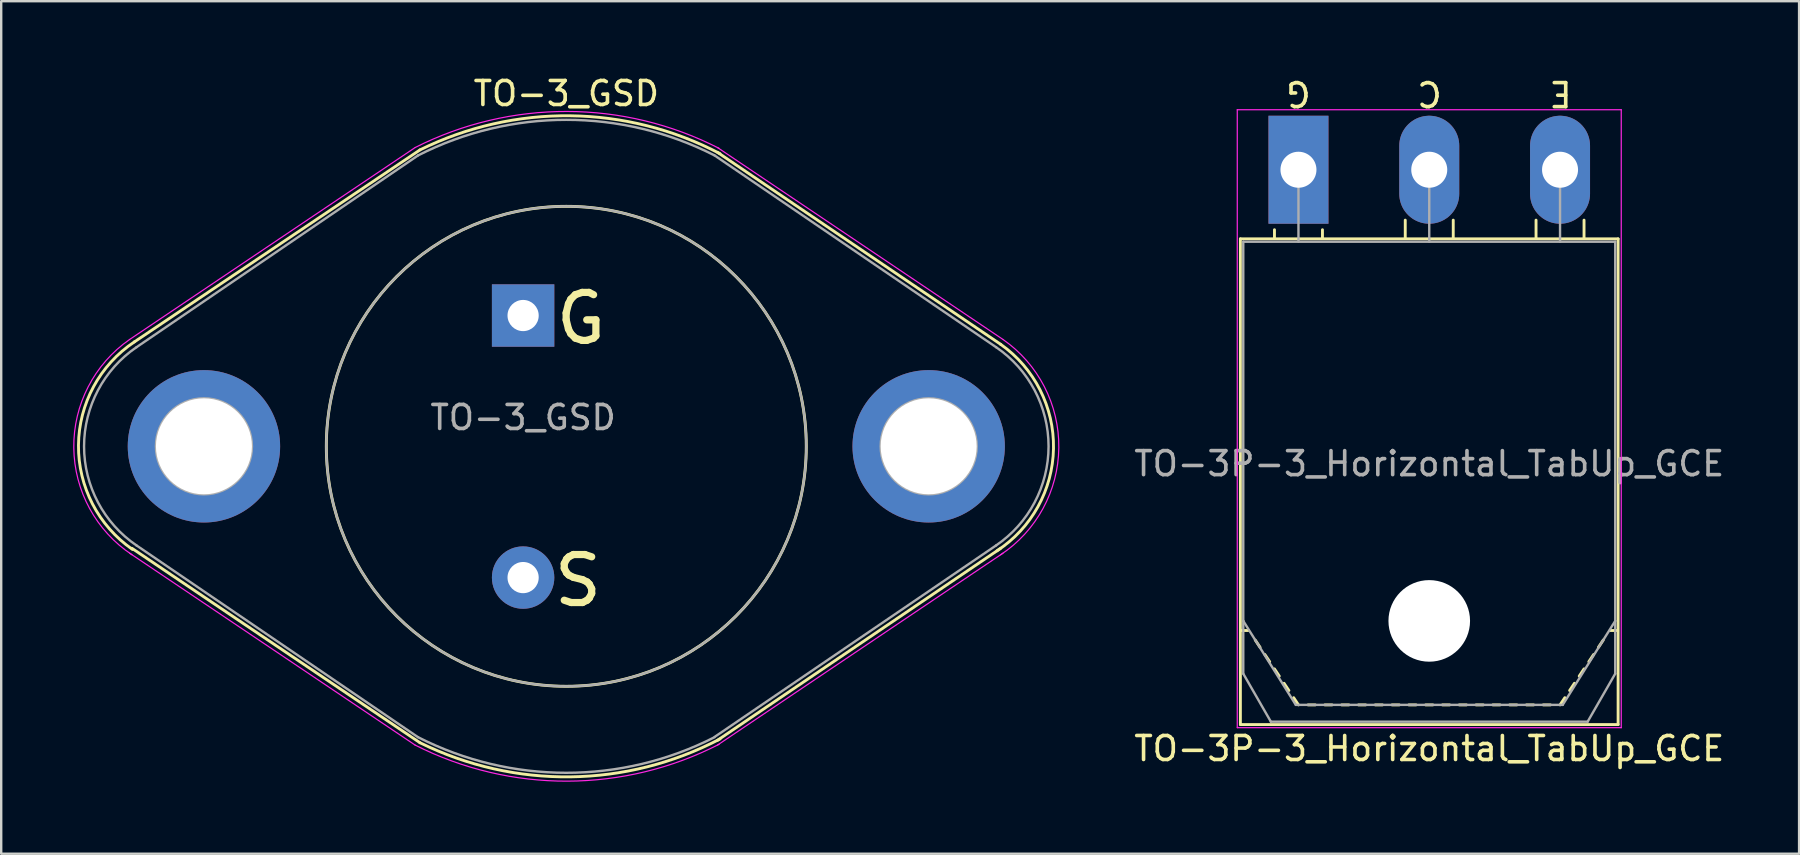
<source format=kicad_pcb>
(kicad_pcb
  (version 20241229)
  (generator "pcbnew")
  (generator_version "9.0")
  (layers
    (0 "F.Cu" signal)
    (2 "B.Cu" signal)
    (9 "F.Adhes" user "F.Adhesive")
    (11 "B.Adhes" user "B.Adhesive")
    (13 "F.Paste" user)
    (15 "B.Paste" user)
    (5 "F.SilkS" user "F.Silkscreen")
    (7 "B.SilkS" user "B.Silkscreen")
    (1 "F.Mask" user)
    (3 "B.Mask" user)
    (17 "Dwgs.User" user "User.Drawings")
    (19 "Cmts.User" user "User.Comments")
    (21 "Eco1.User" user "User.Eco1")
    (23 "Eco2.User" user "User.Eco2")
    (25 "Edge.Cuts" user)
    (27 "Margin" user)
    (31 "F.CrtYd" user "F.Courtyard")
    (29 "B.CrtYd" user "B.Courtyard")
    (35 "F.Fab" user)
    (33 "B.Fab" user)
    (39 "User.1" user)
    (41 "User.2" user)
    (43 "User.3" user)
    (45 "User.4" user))
  (footprint "TO-3P-3_Horizontal_TabUp_GCE"
    (layer "F.Cu")
    (at 51.057 4.023)
    (property "Reference" "TO-3P-3_Horizontal_TabUp_GCE" (at 5.45 24.12 0) (layer "F.SilkS") (effects (font (size 1 1) (thickness 0.15))))
    (fp_line (start -2.42 23.12) (end -2.42 2.88) (stroke (width 0.12) (type solid)) (layer "F.SilkS"))
    (fp_line (start -2.1 19.2) (end -2.4 19.2) (stroke (width 0.12) (type solid)) (layer "F.SilkS"))
    (fp_line (start -1.8 19.6) (end -1.6 19.9) (stroke (width 0.12) (type solid)) (layer "F.SilkS"))
    (fp_line (start -1.4 20.2) (end -1.2 20.5) (stroke (width 0.12) (type solid)) (layer "F.SilkS"))
    (fp_line (start -1 2.85) (end -1 2.5) (stroke (width 0.12) (type solid)) (layer "F.SilkS"))
    (fp_line (start -1 20.8) (end -0.8 21.1) (stroke (width 0.12) (type solid)) (layer "F.SilkS"))
    (fp_line (start -0.6 21.4) (end -0.4 21.7) (stroke (width 0.12) (type solid)) (layer "F.SilkS"))
    (fp_line (start -0.2 22) (end 0 22.3) (stroke (width 0.12) (type solid)) (layer "F.SilkS"))
    (fp_line (start 0.7 22.3) (end 0.4 22.3) (stroke (width 0.12) (type solid)) (layer "F.SilkS"))
    (fp_line (start 1 2.85) (end 1 2.5) (stroke (width 0.12) (type solid)) (layer "F.SilkS"))
    (fp_line (start 1.4 22.3) (end 1.1 22.3) (stroke (width 0.12) (type solid)) (layer "F.SilkS"))
    (fp_line (start 2.1 22.3) (end 1.8 22.3) (stroke (width 0.12) (type solid)) (layer "F.SilkS"))
    (fp_line (start 2.8 22.3) (end 2.5 22.3) (stroke (width 0.12) (type solid)) (layer "F.SilkS"))
    (fp_line (start 3.5 22.3) (end 3.2 22.3) (stroke (width 0.12) (type solid)) (layer "F.SilkS"))
    (fp_line (start 4.2 22.3) (end 3.9 22.3) (stroke (width 0.12) (type solid)) (layer "F.SilkS"))
    (fp_line (start 4.45 2.85) (end 4.45 2.1) (stroke (width 0.12) (type solid)) (layer "F.SilkS"))
    (fp_line (start 4.9 22.3) (end 4.6 22.3) (stroke (width 0.12) (type solid)) (layer "F.SilkS"))
    (fp_line (start 5.6 22.3) (end 5.3 22.3) (stroke (width 0.12) (type solid)) (layer "F.SilkS"))
    (fp_line (start 6.3 22.3) (end 6 22.3) (stroke (width 0.12) (type solid)) (layer "F.SilkS"))
    (fp_line (start 6.45 2.85) (end 6.45 2.1) (stroke (width 0.12) (type solid)) (layer "F.SilkS"))
    (fp_line (start 7 22.3) (end 6.7 22.3) (stroke (width 0.12) (type solid)) (layer "F.SilkS"))
    (fp_line (start 7.7 22.3) (end 7.4 22.3) (stroke (width 0.12) (type solid)) (layer "F.SilkS"))
    (fp_line (start 8.4 22.3) (end 8.1 22.3) (stroke (width 0.12) (type solid)) (layer "F.SilkS"))
    (fp_line (start 9.1 22.3) (end 8.8 22.3) (stroke (width 0.12) (type solid)) (layer "F.SilkS"))
    (fp_line (start 9.8 22.3) (end 9.5 22.3) (stroke (width 0.12) (type solid)) (layer "F.SilkS"))
    (fp_line (start 9.9 2.85) (end 9.9 2.1) (stroke (width 0.12) (type solid)) (layer "F.SilkS"))
    (fp_line (start 10.5 22.3) (end 10.2 22.3) (stroke (width 0.12) (type solid)) (layer "F.SilkS"))
    (fp_line (start 11.1 22) (end 10.9 22.3) (stroke (width 0.12) (type solid)) (layer "F.SilkS"))
    (fp_line (start 11.5 21.4) (end 11.3 21.7) (stroke (width 0.12) (type solid)) (layer "F.SilkS"))
    (fp_line (start 11.9 2.85) (end 11.9 2.1) (stroke (width 0.12) (type solid)) (layer "F.SilkS"))
    (fp_line (start 11.9 20.8) (end 11.7 21.1) (stroke (width 0.12) (type solid)) (layer "F.SilkS"))
    (fp_line (start 12.3 20.2) (end 12.1 20.5) (stroke (width 0.12) (type solid)) (layer "F.SilkS"))
    (fp_line (start 12.7 19.6) (end 12.5 19.9) (stroke (width 0.12) (type solid)) (layer "F.SilkS"))
    (fp_line (start 13 19.2) (end 13.3 19.2) (stroke (width 0.12) (type solid)) (layer "F.SilkS"))
    (fp_line (start 13.32 2.88) (end -2.42 2.88) (stroke (width 0.12) (type solid)) (layer "F.SilkS"))
    (fp_line (start 13.32 23.12) (end -2.42 23.12) (stroke (width 0.12) (type solid)) (layer "F.SilkS"))
    (fp_line (start 13.32 23.12) (end 13.32 2.88) (stroke (width 0.12) (type solid)) (layer "F.SilkS"))
    (fp_line (start -2.55 -2.5) (end -2.55 23.25) (stroke (width 0.05) (type solid)) (layer "F.CrtYd"))
    (fp_line (start -2.55 23.25) (end 13.45 23.25) (stroke (width 0.05) (type solid)) (layer "F.CrtYd"))
    (fp_line (start 13.45 -2.5) (end -2.55 -2.5) (stroke (width 0.05) (type solid)) (layer "F.CrtYd"))
    (fp_line (start 13.45 23.25) (end 13.45 -2.5) (stroke (width 0.05) (type solid)) (layer "F.CrtYd"))
    (fp_line (start -2.3 3) (end -2.3 18.8) (stroke (width 0.1) (type solid)) (layer "F.Fab"))
    (fp_line (start -2.3 18.8) (end -2.3 21) (stroke (width 0.1) (type solid)) (layer "F.Fab"))
    (fp_line (start -2.3 18.8) (end -0.11 22.3) (stroke (width 0.1) (type solid)) (layer "F.Fab"))
    (fp_line (start -2.3 21) (end -1.15 23) (stroke (width 0.1) (type solid)) (layer "F.Fab"))
    (fp_line (start -1.15 23) (end 12.05 23) (stroke (width 0.1) (type solid)) (layer "F.Fab"))
    (fp_line (start -0.11 22.3) (end 11.01 22.3) (stroke (width 0.1) (type solid)) (layer "F.Fab"))
    (fp_line (start 0 3) (end 0 0) (stroke (width 0.1) (type solid)) (layer "F.Fab"))
    (fp_line (start 5.45 3) (end 5.45 0) (stroke (width 0.1) (type solid)) (layer "F.Fab"))
    (fp_line (start 10.9 3) (end 10.9 0) (stroke (width 0.1) (type solid)) (layer "F.Fab"))
    (fp_line (start 11.01 22.3) (end 13.2 18.8) (stroke (width 0.1) (type solid)) (layer "F.Fab"))
    (fp_line (start 12.05 23) (end 13.2 21) (stroke (width 0.1) (type solid)) (layer "F.Fab"))
    (fp_line (start 13.2 3) (end -2.3 3) (stroke (width 0.1) (type solid)) (layer "F.Fab"))
    (fp_line (start 13.2 18.8) (end 13.2 3) (stroke (width 0.1) (type solid)) (layer "F.Fab"))
    (fp_line (start 13.2 21) (end 13.2 18.8) (stroke (width 0.1) (type solid)) (layer "F.Fab"))
    (fp_circle (center 5.45 18.8) (end 7.05 18.8) (stroke (width 0.1) (type solid)) (fill no) (layer "F.Fab"))
    (fp_text user "C" (at 5.461 -3.175 180) (unlocked yes) (layer "F.SilkS") (effects (font (size 1 1) (thickness 0.15))))
    (fp_text user "E" (at 10.922 -3.175 180) (unlocked yes) (layer "F.SilkS") (effects (font (size 1 1) (thickness 0.15))))
    (fp_text user "G" (at 0 -3.175 180) (unlocked yes) (layer "F.SilkS") (effects (font (size 1 1) (thickness 0.15))))
    (fp_text user "${REFERENCE}" (at 5.45 12.25 0) (layer "F.Fab") (effects (font (size 1 1) (thickness 0.15))))
    (pad "" np_thru_hole oval (at 5.45 18.8) (size 3.4 3.4) (drill 3.4) (layers "*.Cu" "*.Mask"))
    (pad "1" thru_hole rect (at 0 0) (size 2.5 4.5) (drill 1.5) (layers "*.Cu" "*.Mask"))
    (pad "2" thru_hole oval (at 5.45 0) (size 2.5 4.5) (drill 1.5) (layers "*.Cu" "*.Mask"))
    (pad "3" thru_hole oval (at 10.9 0) (size 2.5 4.5) (drill 1.5) (layers "*.Cu" "*.Mask")))
  (footprint "TO-3_GSD"
    (layer "F.Cu")
    (at 18.748 10.098)
    (property "Reference" "TO-3_GSD" (at 1.8 -9.25 0) (layer "F.SilkS") (effects (font (size 1 1) (thickness 0.15))))
    (fp_line (start -4.3 -6.9) (end -16.2 1.1) (stroke (width 0.12) (type solid)) (layer "F.SilkS"))
    (fp_line (start -4.3 17.8) (end -16.3 9.7) (stroke (width 0.12) (type solid)) (layer "F.SilkS"))
    (fp_line (start 8.1 -6.8) (end 19.9 1.2) (stroke (width 0.12) (type solid)) (layer "F.SilkS"))
    (fp_line (start 8.1 17.7) (end 19.9 9.7) (stroke (width 0.12) (type solid)) (layer "F.SilkS"))
    (fp_arc (start -16.276967 9.747694) (mid -18.527843 5.403471) (end -16.2 1.1) (stroke (width 0.12) (type solid)) (layer "F.SilkS"))
    (fp_arc (start -4.3 -6.9) (mid 1.971643 -8.323273) (end 8.20587 -6.744152) (stroke (width 0.12) (type solid)) (layer "F.SilkS"))
    (fp_arc (start 8.20587 17.644152) (mid 1.971643 19.223273) (end -4.3 17.8) (stroke (width 0.12) (type solid)) (layer "F.SilkS"))
    (fp_arc (start 19.9 1.2) (mid 22.101343 5.542388) (end 19.747176 9.803859) (stroke (width 0.12) (type solid)) (layer "F.SilkS"))
    (fp_circle (center 1.8 5.45) (end 11.8 5.4) (stroke (width 0.12) (type solid)) (fill no) (layer "F.SilkS"))
    (fp_line (start -4.5 -7) (end -16.4 1) (stroke (width 0.05) (type solid)) (layer "F.CrtYd"))
    (fp_line (start -4.5 17.9) (end -16.4 9.9) (stroke (width 0.05) (type solid)) (layer "F.CrtYd"))
    (fp_line (start 8.1 -7) (end 20 1) (stroke (width 0.05) (type solid)) (layer "F.CrtYd"))
    (fp_line (start 8.1 17.9) (end 20 9.9) (stroke (width 0.05) (type solid)) (layer "F.CrtYd"))
    (fp_arc (start -16.296319 9.970461) (mid -18.722967 5.512679) (end -16.4 1) (stroke (width 0.05) (type solid)) (layer "F.CrtYd"))
    (fp_arc (start -4.5 -7) (mid 1.83884 -8.503171) (end 8.169214 -6.964733) (stroke (width 0.05) (type solid)) (layer "F.CrtYd"))
    (fp_arc (start 8.169214 17.864733) (mid 1.83884 19.403171) (end -4.5 17.9) (stroke (width 0.05) (type solid)) (layer "F.CrtYd"))
    (fp_arc (start 20 1) (mid 22.322967 5.512679) (end 19.896319 9.970461) (stroke (width 0.05) (type solid)) (layer "F.CrtYd"))
    (fp_line (start -4.38 -6.67) (end -16.11 1.32) (stroke (width 0.1) (type solid)) (layer "F.Fab"))
    (fp_line (start -4.38 17.57) (end -16.11 9.58) (stroke (width 0.1) (type solid)) (layer "F.Fab"))
    (fp_line (start 7.98 -6.67) (end 19.71 1.32) (stroke (width 0.1) (type solid)) (layer "F.Fab"))
    (fp_line (start 7.98 17.56) (end 19.71 9.58) (stroke (width 0.1) (type solid)) (layer "F.Fab"))
    (fp_arc (start -16.105547 9.583026) (mid -18.295297 5.452692) (end -16.11 1.32) (stroke (width 0.1) (type solid)) (layer "F.Fab"))
    (fp_arc (start -4.38 -6.67) (mid 1.795945 -8.15466) (end 7.972773 -6.673682) (stroke (width 0.1) (type solid)) (layer "F.Fab"))
    (fp_arc (start 7.972773 17.573682) (mid 1.795945 19.05466) (end -4.38 17.57) (stroke (width 0.1) (type solid)) (layer "F.Fab"))
    (fp_arc (start 19.71 1.32) (mid 21.895297 5.452692) (end 19.705547 9.583026) (stroke (width 0.1) (type solid)) (layer "F.Fab"))
    (fp_circle (center -13.3 5.45) (end -15.3 5.45) (stroke (width 0.1) (type solid)) (fill no) (layer "F.Fab"))
    (fp_circle (center 1.8 5.45) (end 11.8 5.45) (stroke (width 0.1) (type solid)) (fill no) (layer "F.Fab"))
    (fp_circle (center 16.9 5.45) (end 18.9 5.45) (stroke (width 0.1) (type solid)) (fill no) (layer "F.Fab"))
    (fp_text user "S" (at 2.286 11.049 0) (unlocked yes) (layer "F.SilkS") (effects (font (size 2 2) (thickness 0.3))))
    (fp_text user "G" (at 2.413 0.127 0) (unlocked yes) (layer "F.SilkS") (effects (font (size 2 2) (thickness 0.3))))
    (fp_text user "${REFERENCE}" (at 0 4.25 0) (layer "F.Fab") (effects (font (size 1 1) (thickness 0.15))))
    (pad "1" thru_hole rect (at 0 0) (size 2.6 2.6) (drill 1.3) (layers "*.Cu" "*.Mask"))
    (pad "2" thru_hole circle (at 0 10.92) (size 2.6 2.6) (drill 1.3) (layers "*.Cu" "*.Mask"))
    (pad "3" thru_hole circle (at -13.3 5.45) (size 6.35 6.35) (drill 4) (layers "*.Cu" "*.Mask"))
    (pad "3" thru_hole circle (at 16.9 5.45) (size 6.35 6.35) (drill 4) (layers "*.Cu" "*.Mask")))
  (gr_rect
    (start -3 -3)
    (end 71.918 32.526)
    (stroke (width 0.1) (type default))
    (fill no)
    (layer "Edge.Cuts")))
</source>
